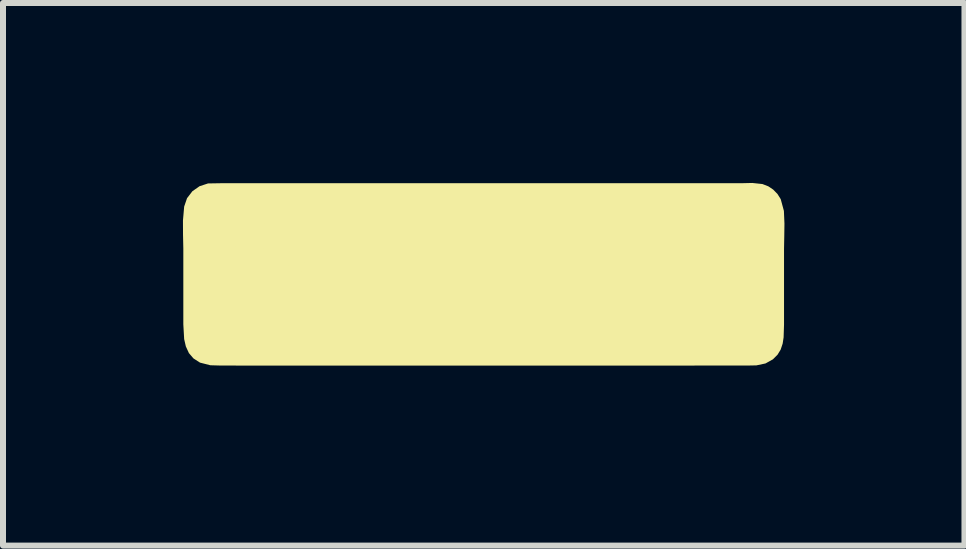
<source format=kicad_pcb>
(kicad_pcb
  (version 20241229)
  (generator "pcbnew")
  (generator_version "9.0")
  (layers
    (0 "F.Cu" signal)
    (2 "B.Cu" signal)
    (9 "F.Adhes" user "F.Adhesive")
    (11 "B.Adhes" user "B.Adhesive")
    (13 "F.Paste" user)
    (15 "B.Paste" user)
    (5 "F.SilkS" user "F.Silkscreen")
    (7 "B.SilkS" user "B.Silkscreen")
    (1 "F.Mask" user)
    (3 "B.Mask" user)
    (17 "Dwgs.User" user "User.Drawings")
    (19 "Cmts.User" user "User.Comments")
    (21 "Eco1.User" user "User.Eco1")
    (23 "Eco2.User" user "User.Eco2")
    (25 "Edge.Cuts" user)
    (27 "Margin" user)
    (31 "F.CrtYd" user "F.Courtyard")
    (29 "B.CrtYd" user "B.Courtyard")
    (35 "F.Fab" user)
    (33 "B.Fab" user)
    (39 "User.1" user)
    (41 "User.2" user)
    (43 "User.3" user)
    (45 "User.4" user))
  (footprint "footprint"
    (layer "F.Cu")
    (at 4.994 1.527)
    (property "Reference" "footprint" (at 0 0 0) (layer "F.SilkS") (effects (font (size 1.27 1.27) (thickness 0.15))))
    (fp_poly (pts (xy -0.603 -0.63) (xy -0.2 -0.629) (xy -0.2 -0.63) (xy 0.012 -0.618) (xy 0.114 -0.591) (xy 0.209 -0.538) (xy 0.294 -0.447) (xy 0.343 -0.334) (xy 0.357 -0.211) (xy 0.337 -0.089) (xy 0.28 0.021) (xy 0.189 0.106) (xy 0.066 0.158) (xy -0.067 0.18) (xy -0.335 0.182) (xy -0.335 0.5) (xy -0.336 0.625) (xy -0.428 0.624) (xy -0.603 0.624)) (stroke (width 0) (type solid)) (fill yes) (layer "F.SilkS"))
    (fp_poly (pts (xy 3.167 0.192) (xy 3.342 0.192) (xy 3.342 0.326) (xy 3.167 0.326) (xy 3.167 0.624) (xy 3.002 0.624) (xy 3.002 0.326) (xy 2.447 0.327) (xy 2.446 0.257) (xy 2.448 0.207) (xy 2.473 0.17) (xy 2.473 0.17) (xy 2.556 0.038) (xy 2.69 -0.174) (xy 2.827 -0.383) (xy 2.906 -0.5) (xy 3 -0.629) (xy 3.074 -0.63) (xy 3.167 -0.63) (xy 3.167 0.121) (xy 3.168 0.121)) (stroke (width 0) (type solid)) (fill yes) (layer "F.SilkS"))
    (fp_poly (pts (xy 1.51 -0.26) (xy 1.528 -0.362) (xy 1.561 -0.458) (xy 1.616 -0.542) (xy 1.698 -0.606) (xy 1.832 -0.646) (xy 1.965 -0.644) (xy 2.099 -0.605) (xy 2.186 -0.535) (xy 2.242 -0.441) (xy 2.274 -0.337) (xy 2.289 -0.225) (xy 2.294 -0.003) (xy 2.286 0.223) (xy 2.258 0.363) (xy 2.203 0.486) (xy 2.111 0.581) (xy 1.976 0.631) (xy 1.821 0.631) (xy 1.682 0.582) (xy 1.591 0.489) (xy 1.537 0.366) (xy 1.511 0.224) (xy 1.503 -0.054) (xy 1.504 -0.079) (xy 1.503 -0.079)) (stroke (width 0) (type solid)) (fill yes) (layer "F.SilkS"))
    (fp_poly (pts (xy 4.257 0.192) (xy 4.233 0.339) (xy 4.181 0.473) (xy 4.089 0.576) (xy 4.025 0.611) (xy 3.947 0.631) (xy 3.793 0.631) (xy 3.653 0.583) (xy 3.561 0.491) (xy 3.508 0.367) (xy 3.482 0.225) (xy 3.474 -0.054) (xy 3.482 -0.264) (xy 3.5 -0.368) (xy 3.535 -0.465) (xy 3.593 -0.548) (xy 3.68 -0.611) (xy 3.803 -0.646) (xy 3.937 -0.644) (xy 4.06 -0.603) (xy 4.151 -0.528) (xy 4.213 -0.425) (xy 4.251 -0.303) (xy 4.271 -0.079) (xy 4.27 -0.079) (xy 4.272 -0.056)) (stroke (width 0) (type solid)) (fill yes) (layer "F.SilkS"))
    (fp_poly (pts (xy -1.722 -0.63) (xy -1.511 -0.63) (xy -1.3 -0.63) (xy -1.108 -0.619) (xy -1.016 -0.595) (xy -0.93 -0.55) (xy -0.844 -0.455) (xy -0.799 -0.333) (xy -0.793 -0.203) (xy -0.826 -0.079) (xy -0.899 0.025) (xy -1.012 0.09) (xy -0.924 0.259) (xy -0.835 0.428) (xy -0.745 0.624) (xy -0.941 0.624) (xy -1.022 0.625) (xy -1.088 0.5) (xy -1.208 0.285) (xy -1.278 0.162) (xy -1.454 0.162) (xy -1.455 0.49) (xy -1.457 0.624) (xy -1.547 0.624) (xy -1.722 0.624) (xy -1.722 -0.279) (xy -1.723 -0.279)) (stroke (width 0) (type solid)) (fill yes) (layer "F.SilkS"))
    (fp_poly (pts (xy 1.091 -0.617) (xy 1.194 -0.549) (xy 1.262 -0.445) (xy 1.285 -0.343) (xy 1.277 -0.242) (xy 1.246 -0.145) (xy 1.197 -0.054) (xy 1.054 0.134) (xy 0.894 0.307) (xy 0.734 0.479) (xy 1.339 0.479) (xy 1.339 0.624) (xy 0.6 0.625) (xy 0.562 0.624) (xy 0.516 0.624) (xy 0.516 0.57) (xy 0.518 0.495) (xy 0.551 0.462) (xy 0.658 0.346) (xy 0.843 0.144) (xy 1.021 -0.065) (xy 1.094 -0.18) (xy 1.116 -0.244) (xy 1.119 -0.311) (xy 1.103 -0.376) (xy 1.072 -0.429) (xy 0.977 -0.497) (xy 0.86 -0.508) (xy 0.745 -0.457) (xy 0.682 -0.368) (xy 0.661 -0.259) (xy 0.496 -0.259) (xy 0.526 -0.421) (xy 0.564 -0.493) (xy 0.62 -0.555) (xy 0.724 -0.617) (xy 0.847 -0.648) (xy 0.972 -0.648)) (stroke (width 0) (type solid)) (fill yes) (layer "F.SilkS"))
    (fp_poly (pts (xy -4.361 1.517) (xy -4.538 1.512) (xy -4.71 1.468) (xy -4.819 1.398) (xy -4.895 1.309) (xy -4.946 1.198) (xy -4.974 1.076) (xy -4.988 0.829) (xy -4.988 -0.434) (xy -4.993 -0.667) (xy -4.994 -0.901) (xy -4.974 -1.133) (xy -4.926 -1.273) (xy -4.837 -1.389) (xy -4.717 -1.473) (xy -4.576 -1.519) (xy -4.34 -1.523) (xy 4.327 -1.523) (xy 4.497 -1.527) (xy 4.666 -1.509) (xy 4.764 -1.471) (xy 4.846 -1.416) (xy 4.917 -1.343) (xy 4.971 -1.257) (xy 5.024 -1.061) (xy 5.033 -0.849) (xy 5.03 -0.636) (xy 5.026 -0.424) (xy 5.026 0.839) (xy 5.019 1.048) (xy 5.003 1.152) (xy 4.97 1.251) (xy 4.918 1.336) (xy 4.841 1.413) (xy 4.717 1.482) (xy 4.565 1.514) (xy 4.409 1.517) (xy -1.95 1.518) (xy -2.55 1.518)) (stroke (width 0) (type solid)) (fill yes) (layer "F.SilkS"))
    (fp_poly (pts (xy -3.544 0.048) (xy -3.508 0.137) (xy -3.444 0.211) (xy -3.359 0.257) (xy -3.312 0.266) (xy -3.262 0.262) (xy -3.18 0.222) (xy -3.129 0.154) (xy -3.112 0.069) (xy -3.118 0.039) (xy -3.051 0.039) (xy -3.046 0.14) (xy -3.022 0.251) (xy -3 0.301) (xy -2.981 0.32) (xy -2.957 0.324) (xy -2.923 0.297) (xy -2.902 0.258) (xy -2.882 0.196) (xy -2.879 0.158) (xy -2.808 0.158) (xy -2.811 0.213) (xy -2.842 0.305) (xy -2.885 0.366) (xy -2.897 0.414) (xy -2.911 0.464) (xy -2.911 0.464) (xy -2.927 0.521) (xy -2.97 0.624) (xy -3.006 0.673) (xy -3.048 0.711) (xy -3.146 0.776) (xy -3.322 0.876) (xy -3.417 0.947) (xy -3.519 0.989) (xy -3.601 0.995) (xy -3.601 0.995) (xy -3.628 0.997) (xy -3.721 0.974) (xy -3.804 0.927) (xy -3.858 0.883) (xy -3.926 0.853) (xy -4.048 0.776) (xy -4.131 0.725) (xy -4.202 0.658) (xy -4.239 0.595) (xy -4.248 0.571) (xy -4.248 0.571) (xy -4.266 0.524) (xy -4.305 0.38) (xy -4.351 0.305) (xy -4.383 0.217) (xy -4.386 0.14) (xy -4.314 0.14) (xy -4.315 0.175) (xy -4.303 0.237) (xy -4.277 0.296) (xy -4.257 0.321) (xy -4.231 0.332) (xy -4.21 0.325) (xy -4.194 0.307) (xy -4.175 0.264) (xy -4.149 0.151) (xy -4.145 0.069) (xy -4.07 0.068) (xy -4.073 0.093) (xy -4.055 0.169) (xy -4.011 0.232) (xy -3.939 0.269) (xy -3.851 0.271) (xy -3.768 0.243) (xy -3.701 0.183) (xy -3.656 0.105) (xy -3.636 0.021) (xy -3.64 -0.003) (xy -3.545 -0.003)) (stroke (width 0) (type solid)) (fill yes) (layer "F.SilkS"))
    (fp_poly (pts (xy -3.838 -0.979) (xy -3.783 -0.969) (xy -3.743 -0.939) (xy -3.709 -0.926) (xy -3.676 -0.906) (xy -3.63 -0.844) (xy -3.6 -0.774) (xy -3.565 -0.843) (xy -3.52 -0.908) (xy -3.49 -0.927) (xy -3.458 -0.939) (xy -3.404 -0.974) (xy -3.357 -0.979) (xy -3.278 -0.995) (xy -3.2 -0.998) (xy -3.121 -0.989) (xy -3.045 -0.966) (xy -2.99 -0.96) (xy -2.936 -0.934) (xy -2.907 -0.927) (xy -2.885 -0.908) (xy -2.882 -0.88) (xy -2.884 -0.852) (xy -2.875 -0.806) (xy -2.881 -0.78) (xy -2.881 -0.78) (xy -2.889 -0.747) (xy -2.912 -0.691) (xy -2.925 -0.643) (xy -2.946 -0.616) (xy -2.961 -0.576) (xy -3.002 -0.535) (xy -3.064 -0.48) (xy -3.091 -0.453) (xy -3.125 -0.44) (xy -3.062 -0.379) (xy -2.998 -0.312) (xy -2.985 -0.271) (xy -3.06 -0.271) (xy -3.091 -0.317) (xy -3.146 -0.359) (xy -3.211 -0.384) (xy -3.282 -0.392) (xy -3.356 -0.386) (xy -3.34 -0.348) (xy -3.324 -0.327) (xy -3.388 -0.327) (xy -3.4 -0.352) (xy -3.446 -0.397) (xy -3.505 -0.426) (xy -3.571 -0.44) (xy -3.634 -0.439) (xy -3.697 -0.42) (xy -3.759 -0.383) (xy -3.778 -0.355) (xy -3.858 -0.355) (xy -3.832 -0.392) (xy -3.912 -0.399) (xy -3.98 -0.39) (xy -4.043 -0.364) (xy -4.096 -0.321) (xy -4.133 -0.264) (xy -4.139 -0.242) (xy -4.219 -0.242) (xy -4.203 -0.298) (xy -4.168 -0.349) (xy -4.123 -0.392) (xy -4.069 -0.44) (xy -4.103 -0.453) (xy -4.131 -0.479) (xy -4.17 -0.502) (xy -4.194 -0.541) (xy -4.241 -0.589) (xy -4.288 -0.695) (xy -4.288 -0.695) (xy -4.304 -0.732) (xy -4.305 -0.768) (xy -4.319 -0.806) (xy -4.31 -0.854) (xy -4.313 -0.881) (xy -4.309 -0.908) (xy -4.284 -0.93) (xy -4.251 -0.937) (xy -4.204 -0.96) (xy -4.156 -0.965) (xy -4.055 -0.997) (xy -3.945 -0.998)) (stroke (width 0) (type solid)) (fill yes) (layer "F.SilkS"))
    (fp_poly (pts (xy -3.796 -0.329) (xy -3.795 -0.298) (xy -3.776 -0.264) (xy -3.749 -0.24) (xy -3.699 -0.215) (xy -3.641 -0.203) (xy -3.526 -0.204) (xy -3.469 -0.217) (xy -3.415 -0.246) (xy -3.384 -0.292) (xy -3.385 -0.32) (xy -3.388 -0.328) (xy -3.324 -0.328) (xy -3.313 -0.313) (xy -3.248 -0.255) (xy -3.16 -0.182) (xy -3.072 -0.128) (xy -3.052 -0.119) (xy -3.033 -0.123) (xy -3.028 -0.142) (xy -3.032 -0.162) (xy -3.051 -0.257) (xy -3.06 -0.271) (xy -2.985 -0.271) (xy -2.957 -0.183) (xy -2.956 -0.148) (xy -2.949 -0.115) (xy -2.915 -0.076) (xy -2.875 -0.041) (xy -2.83 0.032) (xy -2.807 0.115) (xy -2.808 0.158) (xy -2.879 0.158) (xy -2.878 0.129) (xy -2.892 0.064) (xy -2.924 0.007) (xy -2.965 -0.035) (xy -2.991 -0.051) (xy -3.018 -0.052) (xy -3.035 -0.04) (xy -3.045 -0.019) (xy -3.051 0.027) (xy -3.05 0.04) (xy -3.117 0.04) (xy -3.129 -0.02) (xy -3.173 -0.096) (xy -3.237 -0.153) (xy -3.315 -0.186) (xy -3.404 -0.188) (xy -3.475 -0.158) (xy -3.523 -0.101) (xy -3.546 -0.029) (xy -3.545 -0.003) (xy -3.64 -0.003) (xy -3.649 -0.062) (xy -3.694 -0.13) (xy -3.761 -0.173) (xy -3.844 -0.181) (xy -3.919 -0.159) (xy -3.984 -0.116) (xy -4.035 -0.058) (xy -4.065 0.014) (xy -4.07 0.069) (xy -4.145 0.069) (xy -4.143 0.034) (xy -4.149 -0.019) (xy -4.161 -0.042) (xy -4.183 -0.051) (xy -4.226 -0.033) (xy -4.26 0.000496) (xy -4.294 0.054) (xy -4.312 0.113) (xy -4.314 0.14) (xy -4.387 0.141) (xy -4.387 0.122) (xy -4.363 0.032) (xy -4.313 -0.048) (xy -4.276 -0.08) (xy -4.245 -0.115) (xy -4.238 -0.145) (xy -4.238 -0.176) (xy -4.219 -0.243) (xy -4.139 -0.243) (xy -4.152 -0.194) (xy -4.156 -0.123) (xy -4.041 -0.178) (xy -3.892 -0.305) (xy -3.857 -0.356) (xy -3.777 -0.356)) (stroke (width 0) (type solid)) (fill yes) (layer "F.SilkS")))
  (gr_rect
    (start -3 -3)
    (end 13.028 6.045)
    (stroke (width 0.1) (type default))
    (fill no)
    (layer "Edge.Cuts")))
</source>
